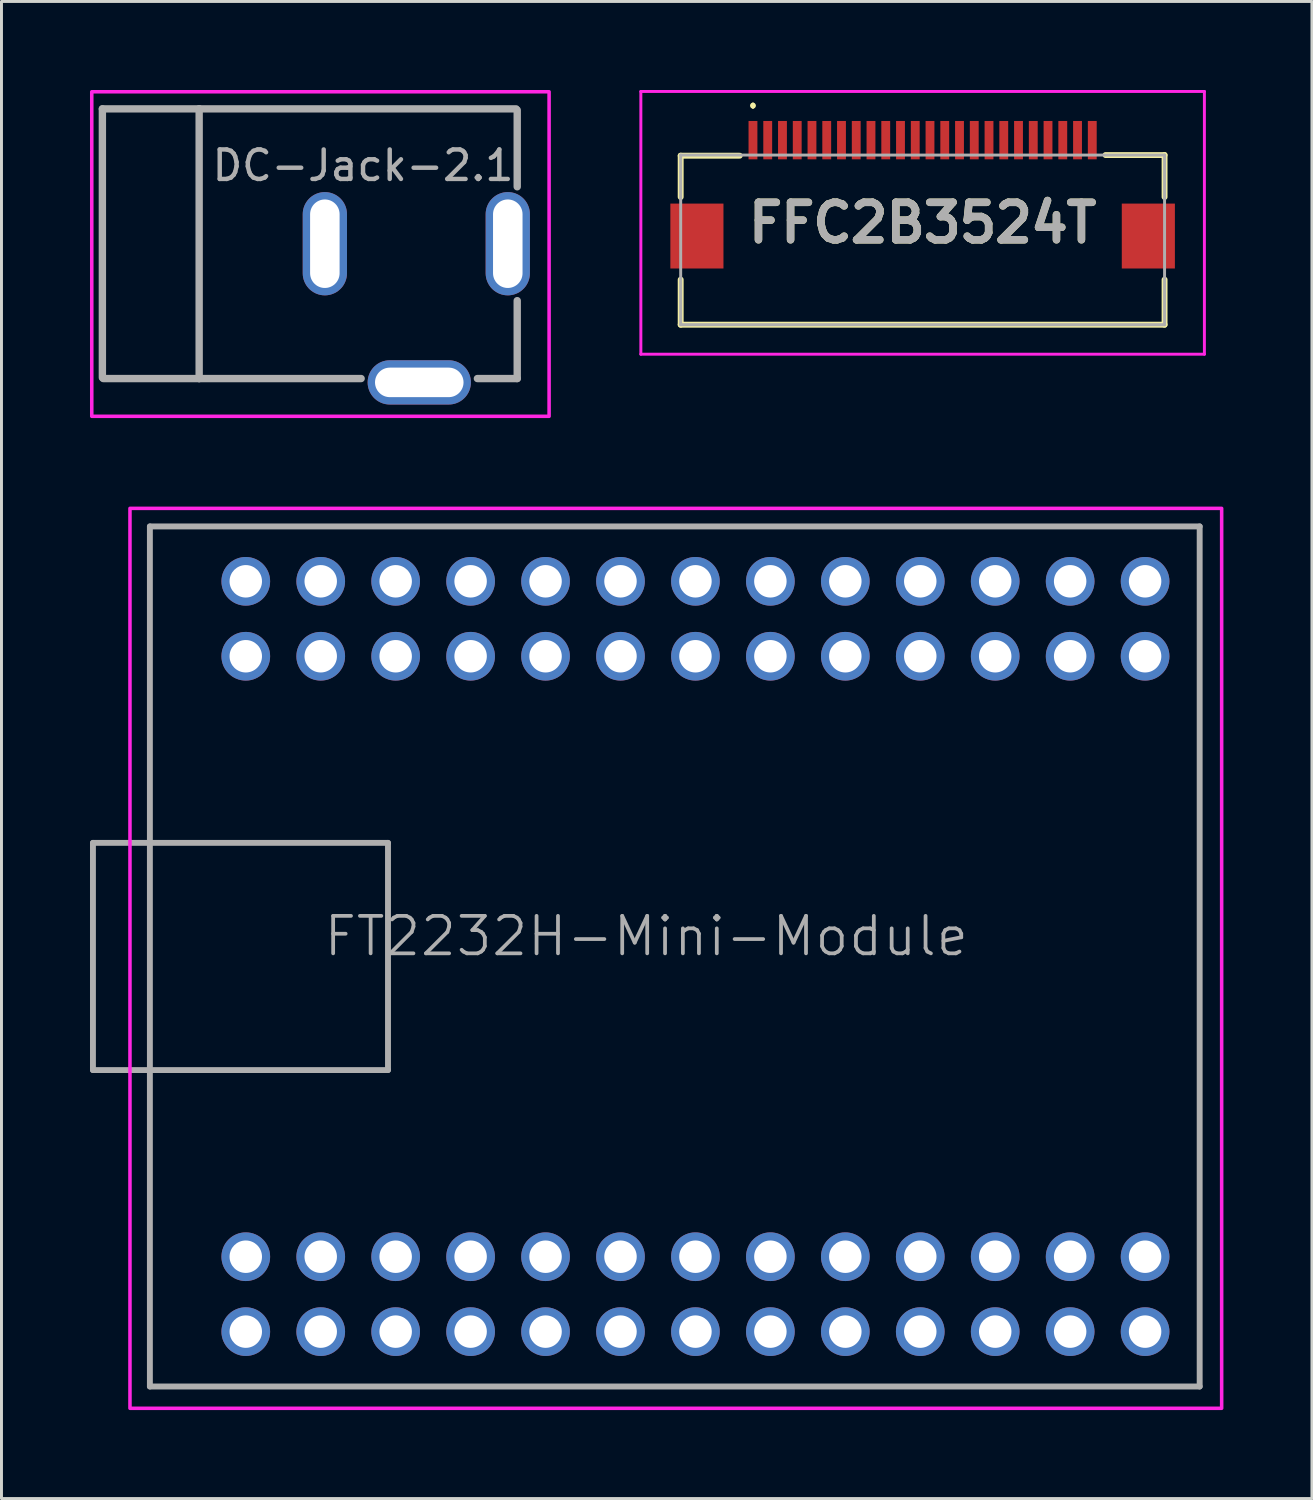
<source format=kicad_pcb>
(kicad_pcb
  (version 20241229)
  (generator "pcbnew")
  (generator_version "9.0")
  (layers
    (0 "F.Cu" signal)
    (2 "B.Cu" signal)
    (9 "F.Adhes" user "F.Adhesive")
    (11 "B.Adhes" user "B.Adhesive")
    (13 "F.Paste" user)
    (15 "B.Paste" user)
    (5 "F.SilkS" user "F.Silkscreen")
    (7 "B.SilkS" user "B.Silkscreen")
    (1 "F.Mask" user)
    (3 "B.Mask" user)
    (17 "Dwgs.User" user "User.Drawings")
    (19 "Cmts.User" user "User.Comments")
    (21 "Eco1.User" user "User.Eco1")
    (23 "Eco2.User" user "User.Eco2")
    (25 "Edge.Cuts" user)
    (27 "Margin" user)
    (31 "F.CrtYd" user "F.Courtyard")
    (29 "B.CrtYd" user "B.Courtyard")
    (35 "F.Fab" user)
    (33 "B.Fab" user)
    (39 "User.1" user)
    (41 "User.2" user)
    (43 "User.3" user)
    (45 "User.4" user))
  (footprint "FT2232H-Mini-Module"
    (layer "F.Cu")
    (at 18.855 29.68)
    (property "Reference" "FT2232H-Mini-Module" (at 0 -1 0) (layer "F.Fab") (effects (font (size 1.27 1.27) (thickness 0.127))))
    (attr through_hole)
    (fp_line (start -18.755 -4.163) (end -8.755 -4.163) (stroke (width 0.1) (type solid)) (layer "F.SilkS"))
    (fp_line (start -18.755 3.537) (end -18.755 -4.163) (stroke (width 0.1) (type solid)) (layer "F.SilkS"))
    (fp_line (start -16.825 -14.888) (end 18.755 -14.888) (stroke (width 0.1) (type solid)) (layer "F.SilkS"))
    (fp_line (start -16.825 14.262) (end -16.825 -14.888) (stroke (width 0.1) (type solid)) (layer "F.SilkS"))
    (fp_line (start -8.755 -4.163) (end -8.755 3.537) (stroke (width 0.1) (type solid)) (layer "F.SilkS"))
    (fp_line (start -8.755 3.537) (end -18.755 3.537) (stroke (width 0.1) (type solid)) (layer "F.SilkS"))
    (fp_line (start 18.755 -14.888) (end 18.755 14.262) (stroke (width 0.1) (type solid)) (layer "F.SilkS"))
    (fp_line (start 18.755 14.262) (end -16.825 14.262) (stroke (width 0.1) (type solid)) (layer "F.SilkS"))
    (fp_rect (start -17.5 -15.5) (end 19.5 15) (stroke (width 0.12) (type default)) (fill no) (layer "F.CrtYd"))
    (fp_line (start -18.755 -4.163) (end -8.755 -4.163) (stroke (width 0.2) (type solid)) (layer "F.Fab"))
    (fp_line (start -18.755 3.537) (end -18.755 -4.163) (stroke (width 0.2) (type solid)) (layer "F.Fab"))
    (fp_line (start -16.825 -14.888) (end 18.755 -14.888) (stroke (width 0.2) (type solid)) (layer "F.Fab"))
    (fp_line (start -16.825 14.262) (end -16.825 -14.888) (stroke (width 0.2) (type solid)) (layer "F.Fab"))
    (fp_line (start -8.755 -4.163) (end -8.755 3.537) (stroke (width 0.2) (type solid)) (layer "F.Fab"))
    (fp_line (start -8.755 3.537) (end -18.755 3.537) (stroke (width 0.2) (type solid)) (layer "F.Fab"))
    (fp_line (start 18.755 -14.888) (end 18.755 14.262) (stroke (width 0.2) (type solid)) (layer "F.Fab"))
    (fp_line (start 18.755 14.262) (end -16.825 14.262) (stroke (width 0.2) (type solid)) (layer "F.Fab"))
    (pad "1" thru_hole circle (at -13.575 12.402) (size 1.65 1.65) (drill 1.1) (layers "*.Cu" "*.Mask"))
    (pad "2" thru_hole circle (at -13.575 9.863) (size 1.65 1.65) (drill 1.1) (layers "*.Cu" "*.Mask"))
    (pad "3" thru_hole circle (at -11.035 12.402) (size 1.65 1.65) (drill 1.1) (layers "*.Cu" "*.Mask"))
    (pad "4" thru_hole circle (at -11.035 9.863) (size 1.65 1.65) (drill 1.1) (layers "*.Cu" "*.Mask"))
    (pad "5" thru_hole circle (at -8.495 12.402) (size 1.65 1.65) (drill 1.1) (layers "*.Cu" "*.Mask"))
    (pad "6" thru_hole circle (at -8.495 9.863) (size 1.65 1.65) (drill 1.1) (layers "*.Cu" "*.Mask"))
    (pad "7" thru_hole circle (at -5.955 12.402) (size 1.65 1.65) (drill 1.1) (layers "*.Cu" "*.Mask"))
    (pad "8" thru_hole circle (at -5.955 9.863) (size 1.65 1.65) (drill 1.1) (layers "*.Cu" "*.Mask"))
    (pad "9" thru_hole circle (at -3.415 12.402) (size 1.65 1.65) (drill 1.1) (layers "*.Cu" "*.Mask"))
    (pad "10" thru_hole circle (at -3.415 9.863) (size 1.65 1.65) (drill 1.1) (layers "*.Cu" "*.Mask"))
    (pad "11" thru_hole circle (at -0.875 12.402) (size 1.65 1.65) (drill 1.1) (layers "*.Cu" "*.Mask"))
    (pad "12" thru_hole circle (at -0.875 9.863) (size 1.65 1.65) (drill 1.1) (layers "*.Cu" "*.Mask"))
    (pad "13" thru_hole circle (at 1.665 12.402) (size 1.65 1.65) (drill 1.1) (layers "*.Cu" "*.Mask"))
    (pad "14" thru_hole circle (at 1.665 9.863) (size 1.65 1.65) (drill 1.1) (layers "*.Cu" "*.Mask"))
    (pad "15" thru_hole circle (at 4.205 12.402) (size 1.65 1.65) (drill 1.1) (layers "*.Cu" "*.Mask"))
    (pad "16" thru_hole circle (at 4.205 9.863) (size 1.65 1.65) (drill 1.1) (layers "*.Cu" "*.Mask"))
    (pad "17" thru_hole circle (at 6.745 12.402) (size 1.65 1.65) (drill 1.1) (layers "*.Cu" "*.Mask"))
    (pad "18" thru_hole circle (at 6.745 9.863) (size 1.65 1.65) (drill 1.1) (layers "*.Cu" "*.Mask"))
    (pad "19" thru_hole circle (at 9.285 12.402) (size 1.65 1.65) (drill 1.1) (layers "*.Cu" "*.Mask"))
    (pad "20" thru_hole circle (at 9.285 9.863) (size 1.65 1.65) (drill 1.1) (layers "*.Cu" "*.Mask"))
    (pad "21" thru_hole circle (at 11.825 12.402) (size 1.65 1.65) (drill 1.1) (layers "*.Cu" "*.Mask"))
    (pad "22" thru_hole circle (at 11.825 9.863) (size 1.65 1.65) (drill 1.1) (layers "*.Cu" "*.Mask"))
    (pad "23" thru_hole circle (at 14.365 12.402) (size 1.65 1.65) (drill 1.1) (layers "*.Cu" "*.Mask"))
    (pad "24" thru_hole circle (at 14.365 9.863) (size 1.65 1.65) (drill 1.1) (layers "*.Cu" "*.Mask"))
    (pad "25" thru_hole circle (at 16.905 12.402) (size 1.65 1.65) (drill 1.1) (layers "*.Cu" "*.Mask"))
    (pad "26" thru_hole circle (at 16.905 9.863) (size 1.65 1.65) (drill 1.1) (layers "*.Cu" "*.Mask"))
    (pad "27" thru_hole circle (at -13.575 -10.488) (size 1.65 1.65) (drill 1.1) (layers "*.Cu" "*.Mask"))
    (pad "28" thru_hole circle (at -13.575 -13.028) (size 1.65 1.65) (drill 1.1) (layers "*.Cu" "*.Mask"))
    (pad "29" thru_hole circle (at -11.035 -10.488) (size 1.65 1.65) (drill 1.1) (layers "*.Cu" "*.Mask"))
    (pad "30" thru_hole circle (at -11.035 -13.028) (size 1.65 1.65) (drill 1.1) (layers "*.Cu" "*.Mask"))
    (pad "31" thru_hole circle (at -8.495 -10.488) (size 1.65 1.65) (drill 1.1) (layers "*.Cu" "*.Mask"))
    (pad "32" thru_hole circle (at -8.495 -13.028) (size 1.65 1.65) (drill 1.1) (layers "*.Cu" "*.Mask"))
    (pad "33" thru_hole circle (at -5.955 -10.488) (size 1.65 1.65) (drill 1.1) (layers "*.Cu" "*.Mask"))
    (pad "34" thru_hole circle (at -5.955 -13.028) (size 1.65 1.65) (drill 1.1) (layers "*.Cu" "*.Mask"))
    (pad "35" thru_hole circle (at -3.415 -10.488) (size 1.65 1.65) (drill 1.1) (layers "*.Cu" "*.Mask"))
    (pad "36" thru_hole circle (at -3.415 -13.028) (size 1.65 1.65) (drill 1.1) (layers "*.Cu" "*.Mask"))
    (pad "37" thru_hole circle (at -0.875 -10.488) (size 1.65 1.65) (drill 1.1) (layers "*.Cu" "*.Mask"))
    (pad "38" thru_hole circle (at -0.875 -13.028) (size 1.65 1.65) (drill 1.1) (layers "*.Cu" "*.Mask"))
    (pad "39" thru_hole circle (at 1.665 -10.488) (size 1.65 1.65) (drill 1.1) (layers "*.Cu" "*.Mask"))
    (pad "40" thru_hole circle (at 1.665 -13.028) (size 1.65 1.65) (drill 1.1) (layers "*.Cu" "*.Mask"))
    (pad "41" thru_hole circle (at 4.205 -10.488) (size 1.65 1.65) (drill 1.1) (layers "*.Cu" "*.Mask"))
    (pad "42" thru_hole circle (at 4.205 -13.028) (size 1.65 1.65) (drill 1.1) (layers "*.Cu" "*.Mask"))
    (pad "43" thru_hole circle (at 6.745 -10.488) (size 1.65 1.65) (drill 1.1) (layers "*.Cu" "*.Mask"))
    (pad "44" thru_hole circle (at 6.745 -13.028) (size 1.65 1.65) (drill 1.1) (layers "*.Cu" "*.Mask"))
    (pad "45" thru_hole circle (at 9.285 -10.488) (size 1.65 1.65) (drill 1.1) (layers "*.Cu" "*.Mask"))
    (pad "46" thru_hole circle (at 9.285 -13.028) (size 1.65 1.65) (drill 1.1) (layers "*.Cu" "*.Mask"))
    (pad "47" thru_hole circle (at 11.825 -10.488) (size 1.65 1.65) (drill 1.1) (layers "*.Cu" "*.Mask"))
    (pad "48" thru_hole circle (at 11.825 -13.028) (size 1.65 1.65) (drill 1.1) (layers "*.Cu" "*.Mask"))
    (pad "49" thru_hole circle (at 14.365 -10.488) (size 1.65 1.65) (drill 1.1) (layers "*.Cu" "*.Mask"))
    (pad "50" thru_hole circle (at 14.365 -13.028) (size 1.65 1.65) (drill 1.1) (layers "*.Cu" "*.Mask"))
    (pad "51" thru_hole circle (at 16.905 -10.488) (size 1.65 1.65) (drill 1.1) (layers "*.Cu" "*.Mask"))
    (pad "52" thru_hole circle (at 16.905 -13.028) (size 1.65 1.65) (drill 1.1) (layers "*.Cu" "*.Mask")))
  (footprint "DC-Jack-2.1"
    (layer "F.Cu")
    (at 11.06 7.56)
    (property "Reference" "DC-Jack-2.1" (at -7 -5 0) (layer "F.Fab") (effects (font (size 1 1) (thickness 0.15)) (justify left)))
    (attr through_hole)
    (fp_rect (start -11 -7.5) (end 4.5 3.5) (stroke (width 0.12) (type solid)) (fill no) (layer "F.CrtYd"))
    (fp_line (start -10.64 -6.92) (end -10.64 2.19) (stroke (width 0.25) (type solid)) (layer "F.Fab"))
    (fp_line (start -10.61 2.22) (end -7.36 2.22) (stroke (width 0.25) (type solid)) (layer "F.Fab"))
    (fp_line (start -7.36 -6.92) (end -10.64 -6.92) (stroke (width 0.25) (type solid)) (layer "F.Fab"))
    (fp_line (start -7.36 -6.92) (end -7.36 2.22) (stroke (width 0.25) (type solid)) (layer "F.Fab"))
    (fp_line (start -7.36 -6.92) (end 3.38 -6.92) (stroke (width 0.25) (type solid)) (layer "F.Fab"))
    (fp_line (start -7.36 2.22) (end -1.87 2.22) (stroke (width 0.25) (type solid)) (layer "F.Fab"))
    (fp_line (start 2.07 2.22) (end 3.42 2.22) (stroke (width 0.25) (type solid)) (layer "F.Fab"))
    (fp_line (start 3.42 -6.88) (end 3.42 -4.28) (stroke (width 0.25) (type solid)) (layer "F.Fab"))
    (fp_line (start 3.42 2.22) (end 3.42 -0.42) (stroke (width 0.25) (type solid)) (layer "F.Fab"))
    (pad "1" thru_hole oval (at 3.1 -2.35) (size 1.5 3.5) (drill oval 1 3) (layers "*.Cu" "*.Paste" "*.Mask"))
    (pad "2" thru_hole oval (at -3.1 -2.35) (size 1.5 3.5) (drill oval 1 3) (layers "*.Cu" "*.Paste" "*.Mask"))
    (pad "3" thru_hole oval (at 0.1 2.35 90) (size 1.5 3.5) (drill oval 1 3) (layers "*.Cu" "*.Paste" "*.Mask")))
  (footprint "FFC2B3524T"
    (layer "F.Cu")
    (at 28.22 5.08)
    (property "Reference" "FFC2B3524T" (at 0 -0.578 0) (layer "F.SilkS") (effects (font (size 1.27 1.27) (thickness 0.254))))
    (attr smd)
    (fp_line (start -8.2 -2.853) (end -8.2 -1.453) (stroke (width 0.2) (type solid)) (layer "F.SilkS"))
    (fp_line (start -8.2 1.347) (end -8.2 2.875) (stroke (width 0.2) (type solid)) (layer "F.SilkS"))
    (fp_line (start -8.2 2.875) (end 8.2 2.875) (stroke (width 0.2) (type solid)) (layer "F.SilkS"))
    (fp_line (start -6.2 -2.853) (end -8.2 -2.853) (stroke (width 0.2) (type solid)) (layer "F.SilkS"))
    (fp_line (start -5.75 -4.6) (end -5.75 -4.6) (stroke (width 0.1) (type solid)) (layer "F.SilkS"))
    (fp_line (start -5.75 -4.5) (end -5.75 -4.5) (stroke (width 0.1) (type solid)) (layer "F.SilkS"))
    (fp_line (start 6.2 -2.875) (end 8.2 -2.875) (stroke (width 0.2) (type solid)) (layer "F.SilkS"))
    (fp_line (start 8.2 -2.875) (end 8.2 -1.453) (stroke (width 0.2) (type solid)) (layer "F.SilkS"))
    (fp_line (start 8.2 2.875) (end 8.2 1.347) (stroke (width 0.2) (type solid)) (layer "F.SilkS"))
    (fp_arc (start -5.75 -4.6) (mid -5.7 -4.55) (end -5.75 -4.5) (stroke (width 0.1) (type solid)) (layer "F.SilkS"))
    (fp_arc (start -5.75 -4.5) (mid -5.8 -4.55) (end -5.75 -4.6) (stroke (width 0.1) (type solid)) (layer "F.SilkS"))
    (fp_line (start -9.55 -5.03) (end 9.55 -5.03) (stroke (width 0.1) (type solid)) (layer "F.CrtYd"))
    (fp_line (start -9.55 3.875) (end -9.55 -5.03) (stroke (width 0.1) (type solid)) (layer "F.CrtYd"))
    (fp_line (start 9.55 -5.03) (end 9.55 3.875) (stroke (width 0.1) (type solid)) (layer "F.CrtYd"))
    (fp_line (start 9.55 3.875) (end -9.55 3.875) (stroke (width 0.1) (type solid)) (layer "F.CrtYd"))
    (fp_line (start -8.2 -2.875) (end -8.2 2.875) (stroke (width 0.1) (type solid)) (layer "F.Fab"))
    (fp_line (start -8.2 2.875) (end 8.2 2.875) (stroke (width 0.1) (type solid)) (layer "F.Fab"))
    (fp_line (start 8.2 -2.875) (end -8.2 -2.875) (stroke (width 0.1) (type solid)) (layer "F.Fab"))
    (fp_line (start 8.2 2.875) (end 8.2 -2.875) (stroke (width 0.1) (type solid)) (layer "F.Fab"))
    (fp_text user "${REFERENCE}" (at 0 -0.578 0) (layer "F.Fab") (effects (font (size 1.27 1.27) (thickness 0.254))))
    (pad "1" smd rect (at -5.75 -3.38) (size 0.3 1.3) (layers "F.Cu" "F.Mask" "F.Paste"))
    (pad "2" smd rect (at -5.25 -3.38) (size 0.3 1.3) (layers "F.Cu" "F.Mask" "F.Paste"))
    (pad "3" smd rect (at -4.75 -3.38) (size 0.3 1.3) (layers "F.Cu" "F.Mask" "F.Paste"))
    (pad "4" smd rect (at -4.25 -3.38) (size 0.3 1.3) (layers "F.Cu" "F.Mask" "F.Paste"))
    (pad "5" smd rect (at -3.75 -3.38) (size 0.3 1.3) (layers "F.Cu" "F.Mask" "F.Paste"))
    (pad "6" smd rect (at -3.25 -3.38) (size 0.3 1.3) (layers "F.Cu" "F.Mask" "F.Paste"))
    (pad "7" smd rect (at -2.75 -3.38) (size 0.3 1.3) (layers "F.Cu" "F.Mask" "F.Paste"))
    (pad "8" smd rect (at -2.25 -3.38) (size 0.3 1.3) (layers "F.Cu" "F.Mask" "F.Paste"))
    (pad "9" smd rect (at -1.75 -3.38) (size 0.3 1.3) (layers "F.Cu" "F.Mask" "F.Paste"))
    (pad "10" smd rect (at -1.25 -3.38) (size 0.3 1.3) (layers "F.Cu" "F.Mask" "F.Paste"))
    (pad "11" smd rect (at -0.75 -3.38) (size 0.3 1.3) (layers "F.Cu" "F.Mask" "F.Paste"))
    (pad "12" smd rect (at -0.25 -3.38) (size 0.3 1.3) (layers "F.Cu" "F.Mask" "F.Paste"))
    (pad "13" smd rect (at 0.25 -3.38) (size 0.3 1.3) (layers "F.Cu" "F.Mask" "F.Paste"))
    (pad "14" smd rect (at 0.75 -3.38) (size 0.3 1.3) (layers "F.Cu" "F.Mask" "F.Paste"))
    (pad "15" smd rect (at 1.25 -3.38) (size 0.3 1.3) (layers "F.Cu" "F.Mask" "F.Paste"))
    (pad "16" smd rect (at 1.75 -3.38) (size 0.3 1.3) (layers "F.Cu" "F.Mask" "F.Paste"))
    (pad "17" smd rect (at 2.25 -3.38) (size 0.3 1.3) (layers "F.Cu" "F.Mask" "F.Paste"))
    (pad "18" smd rect (at 2.75 -3.38) (size 0.3 1.3) (layers "F.Cu" "F.Mask" "F.Paste"))
    (pad "19" smd rect (at 3.25 -3.38) (size 0.3 1.3) (layers "F.Cu" "F.Mask" "F.Paste"))
    (pad "20" smd rect (at 3.75 -3.38) (size 0.3 1.3) (layers "F.Cu" "F.Mask" "F.Paste"))
    (pad "21" smd rect (at 4.25 -3.38) (size 0.3 1.3) (layers "F.Cu" "F.Mask" "F.Paste"))
    (pad "22" smd rect (at 4.75 -3.38) (size 0.3 1.3) (layers "F.Cu" "F.Mask" "F.Paste"))
    (pad "23" smd rect (at 5.25 -3.38) (size 0.3 1.3) (layers "F.Cu" "F.Mask" "F.Paste"))
    (pad "24" smd rect (at 5.75 -3.38) (size 0.3 1.3) (layers "F.Cu" "F.Mask" "F.Paste"))
    (pad "MP1" smd rect (at -7.65 -0.13) (size 1.8 2.2) (layers "F.Cu" "F.Mask" "F.Paste"))
    (pad "MP2" smd rect (at 7.65 -0.13) (size 1.8 2.2) (layers "F.Cu" "F.Mask" "F.Paste")))
  (gr_rect
    (start -3 -3)
    (end 41.415 47.74)
    (stroke (width 0.1) (type default))
    (fill no)
    (layer "Edge.Cuts")))
</source>
